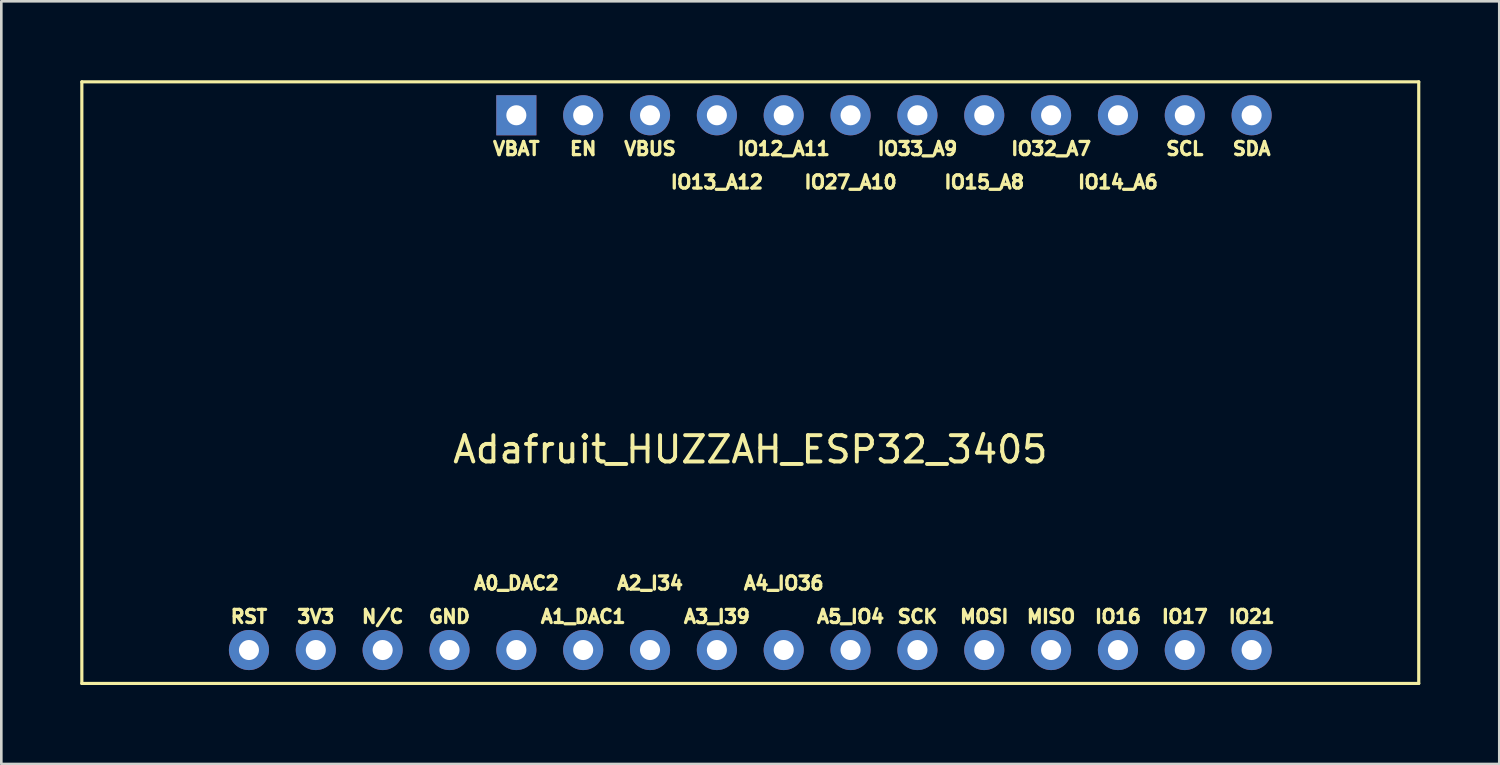
<source format=kicad_pcb>
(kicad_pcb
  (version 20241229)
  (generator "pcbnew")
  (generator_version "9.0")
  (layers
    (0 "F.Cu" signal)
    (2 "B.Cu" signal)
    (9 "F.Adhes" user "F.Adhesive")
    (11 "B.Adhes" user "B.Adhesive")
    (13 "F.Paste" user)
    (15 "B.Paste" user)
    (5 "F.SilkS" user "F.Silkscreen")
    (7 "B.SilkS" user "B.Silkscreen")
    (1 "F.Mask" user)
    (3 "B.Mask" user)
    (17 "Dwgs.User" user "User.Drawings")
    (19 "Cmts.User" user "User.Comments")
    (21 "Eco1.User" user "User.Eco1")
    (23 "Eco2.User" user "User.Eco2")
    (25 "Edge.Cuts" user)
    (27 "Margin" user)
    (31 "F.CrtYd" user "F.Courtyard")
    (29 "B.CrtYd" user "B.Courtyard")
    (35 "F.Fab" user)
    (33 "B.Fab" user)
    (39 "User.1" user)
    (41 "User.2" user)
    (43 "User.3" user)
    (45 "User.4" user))
  (footprint "Adafruit_HUZZAH_ESP32_3405"
    (layer "F.Cu")
    (at 25.46 11.49)
    (property "Reference" "Adafruit_HUZZAH_ESP32_3405" (at 0 2.54 0) (layer "F.SilkS") (effects (font (size 1 1) (thickness 0.15))))
    (attr through_hole)
    (fp_line (start -25.4 -11.43) (end 25.4 -11.43) (stroke (width 0.12) (type solid)) (layer "F.SilkS"))
    (fp_line (start -25.4 11.43) (end -25.4 -11.43) (stroke (width 0.12) (type solid)) (layer "F.SilkS"))
    (fp_line (start 25.4 -11.43) (end 25.4 11.43) (stroke (width 0.12) (type solid)) (layer "F.SilkS"))
    (fp_line (start 25.4 11.43) (end -25.4 11.43) (stroke (width 0.12) (type solid)) (layer "F.SilkS"))
    (fp_text user "VBAT" (at -8.89 -8.89 180) (layer "F.SilkS") (effects (font (size 0.5 0.5) (thickness 0.125))))
    (fp_text user "IO15_A8" (at 8.89 -7.62 0) (layer "F.SilkS") (effects (font (size 0.5 0.5) (thickness 0.125))))
    (fp_text user "IO13_A12" (at -1.27 -7.62 0) (layer "F.SilkS") (effects (font (size 0.5 0.5) (thickness 0.125))))
    (fp_text user "3V3" (at -16.51 8.89 0) (layer "F.SilkS") (effects (font (size 0.5 0.5) (thickness 0.125))))
    (fp_text user "IO21" (at 19.05 8.89 0) (layer "F.SilkS") (effects (font (size 0.5 0.5) (thickness 0.125))))
    (fp_text user "IO17" (at 16.51 8.89 0) (layer "F.SilkS") (effects (font (size 0.5 0.5) (thickness 0.125))))
    (fp_text user "GND" (at -11.43 8.89 0) (layer "F.SilkS") (effects (font (size 0.5 0.5) (thickness 0.125))))
    (fp_text user "VBUS" (at -3.81 -8.89 0) (layer "F.SilkS") (effects (font (size 0.5 0.5) (thickness 0.125))))
    (fp_text user "A1_DAC1" (at -6.35 8.89 0) (layer "F.SilkS") (effects (font (size 0.5 0.5) (thickness 0.125))))
    (fp_text user "RST" (at -19.05 8.89 0) (layer "F.SilkS") (effects (font (size 0.5 0.5) (thickness 0.125))))
    (fp_text user "SDA" (at 19.05 -8.89 0) (layer "F.SilkS") (effects (font (size 0.5 0.5) (thickness 0.125))))
    (fp_text user "N/C" (at -13.97 8.89 0) (layer "F.SilkS") (effects (font (size 0.5 0.5) (thickness 0.125))))
    (fp_text user "IO16" (at 13.97 8.89 0) (layer "F.SilkS") (effects (font (size 0.5 0.5) (thickness 0.125))))
    (fp_text user "IO12_A11" (at 1.27 -8.89 0) (layer "F.SilkS") (effects (font (size 0.5 0.5) (thickness 0.125))))
    (fp_text user "A5_IO4" (at 3.81 8.89 0) (layer "F.SilkS") (effects (font (size 0.5 0.5) (thickness 0.125))))
    (fp_text user "EN" (at -6.35 -8.89 0) (layer "F.SilkS") (effects (font (size 0.5 0.5) (thickness 0.125))))
    (fp_text user "IO32_A7" (at 11.43 -8.89 0) (layer "F.SilkS") (effects (font (size 0.5 0.5) (thickness 0.125))))
    (fp_text user "IO27_A10" (at 3.81 -7.62 0) (layer "F.SilkS") (effects (font (size 0.5 0.5) (thickness 0.125))))
    (fp_text user "A3_I39" (at -1.27 8.89 0) (layer "F.SilkS") (effects (font (size 0.5 0.5) (thickness 0.125))))
    (fp_text user "SCL" (at 16.51 -8.89 0) (layer "F.SilkS") (effects (font (size 0.5 0.5) (thickness 0.125))))
    (fp_text user "IO14_A6" (at 13.97 -7.62 0) (layer "F.SilkS") (effects (font (size 0.5 0.5) (thickness 0.125))))
    (fp_text user "A4_IO36" (at 1.27 7.62 0) (layer "F.SilkS") (effects (font (size 0.5 0.5) (thickness 0.125))))
    (fp_text user "MOSI" (at 8.89 8.89 0) (layer "F.SilkS") (effects (font (size 0.5 0.5) (thickness 0.125))))
    (fp_text user "SCK" (at 6.35 8.89 0) (layer "F.SilkS") (effects (font (size 0.5 0.5) (thickness 0.125))))
    (fp_text user "MISO" (at 11.43 8.89 0) (layer "F.SilkS") (effects (font (size 0.5 0.5) (thickness 0.125))))
    (fp_text user "IO33_A9" (at 6.35 -8.89 0) (layer "F.SilkS") (effects (font (size 0.5 0.5) (thickness 0.125))))
    (fp_text user "A0_DAC2" (at -8.89 7.62 0) (layer "F.SilkS") (effects (font (size 0.5 0.5) (thickness 0.125))))
    (fp_text user "A2_I34" (at -3.81 7.62 0) (layer "F.SilkS") (effects (font (size 0.5 0.5) (thickness 0.125))))
    (pad "1" thru_hole rect (at -8.89 -10.16) (size 1.524 1.524) (drill 0.762) (layers "*.Cu" "*.Mask"))
    (pad "2" thru_hole circle (at -6.35 -10.16) (size 1.524 1.524) (drill 0.762) (layers "*.Cu" "*.Mask"))
    (pad "3" thru_hole circle (at -3.81 -10.16) (size 1.524 1.524) (drill 0.762) (layers "*.Cu" "*.Mask"))
    (pad "4" thru_hole circle (at -1.27 -10.16) (size 1.524 1.524) (drill 0.762) (layers "*.Cu" "*.Mask"))
    (pad "5" thru_hole circle (at 1.27 -10.16) (size 1.524 1.524) (drill 0.762) (layers "*.Cu" "*.Mask"))
    (pad "6" thru_hole circle (at 3.81 -10.16) (size 1.524 1.524) (drill 0.762) (layers "*.Cu" "*.Mask"))
    (pad "7" thru_hole circle (at 6.35 -10.16) (size 1.524 1.524) (drill 0.762) (layers "*.Cu" "*.Mask"))
    (pad "8" thru_hole circle (at 8.89 -10.16) (size 1.524 1.524) (drill 0.762) (layers "*.Cu" "*.Mask"))
    (pad "9" thru_hole circle (at 11.43 -10.16) (size 1.524 1.524) (drill 0.762) (layers "*.Cu" "*.Mask"))
    (pad "10" thru_hole circle (at 13.97 -10.16) (size 1.524 1.524) (drill 0.762) (layers "*.Cu" "*.Mask"))
    (pad "11" thru_hole circle (at 16.51 -10.16) (size 1.524 1.524) (drill 0.762) (layers "*.Cu" "*.Mask"))
    (pad "12" thru_hole circle (at 19.05 -10.16) (size 1.524 1.524) (drill 0.762) (layers "*.Cu" "*.Mask"))
    (pad "13" thru_hole circle (at -19.05 10.16) (size 1.524 1.524) (drill 0.762) (layers "*.Cu" "*.Mask"))
    (pad "14" thru_hole circle (at -16.51 10.16) (size 1.524 1.524) (drill 0.762) (layers "*.Cu" "*.Mask"))
    (pad "15" thru_hole circle (at -13.97 10.16) (size 1.524 1.524) (drill 0.762) (layers "*.Cu" "*.Mask"))
    (pad "16" thru_hole circle (at -11.43 10.16) (size 1.524 1.524) (drill 0.762) (layers "*.Cu" "*.Mask"))
    (pad "17" thru_hole circle (at -8.89 10.16) (size 1.524 1.524) (drill 0.762) (layers "*.Cu" "*.Mask"))
    (pad "18" thru_hole circle (at -6.35 10.16) (size 1.524 1.524) (drill 0.762) (layers "*.Cu" "*.Mask"))
    (pad "19" thru_hole circle (at -3.81 10.16) (size 1.524 1.524) (drill 0.762) (layers "*.Cu" "*.Mask"))
    (pad "20" thru_hole circle (at -1.27 10.16) (size 1.524 1.524) (drill 0.762) (layers "*.Cu" "*.Mask"))
    (pad "21" thru_hole circle (at 1.27 10.16) (size 1.524 1.524) (drill 0.762) (layers "*.Cu" "*.Mask"))
    (pad "22" thru_hole circle (at 3.81 10.16) (size 1.524 1.524) (drill 0.762) (layers "*.Cu" "*.Mask"))
    (pad "23" thru_hole circle (at 6.35 10.16) (size 1.524 1.524) (drill 0.762) (layers "*.Cu" "*.Mask"))
    (pad "24" thru_hole circle (at 8.89 10.16) (size 1.524 1.524) (drill 0.762) (layers "*.Cu" "*.Mask"))
    (pad "25" thru_hole circle (at 11.43 10.16) (size 1.524 1.524) (drill 0.762) (layers "*.Cu" "*.Mask"))
    (pad "26" thru_hole circle (at 13.97 10.16) (size 1.524 1.524) (drill 0.762) (layers "*.Cu" "*.Mask"))
    (pad "27" thru_hole circle (at 16.51 10.16) (size 1.524 1.524) (drill 0.762) (layers "*.Cu" "*.Mask"))
    (pad "28" thru_hole circle (at 19.05 10.16) (size 1.524 1.524) (drill 0.762) (layers "*.Cu" "*.Mask")))
  (gr_rect
    (start -3 -3)
    (end 53.92 25.98)
    (stroke (width 0.1) (type default))
    (fill no)
    (layer "Edge.Cuts")))
</source>
